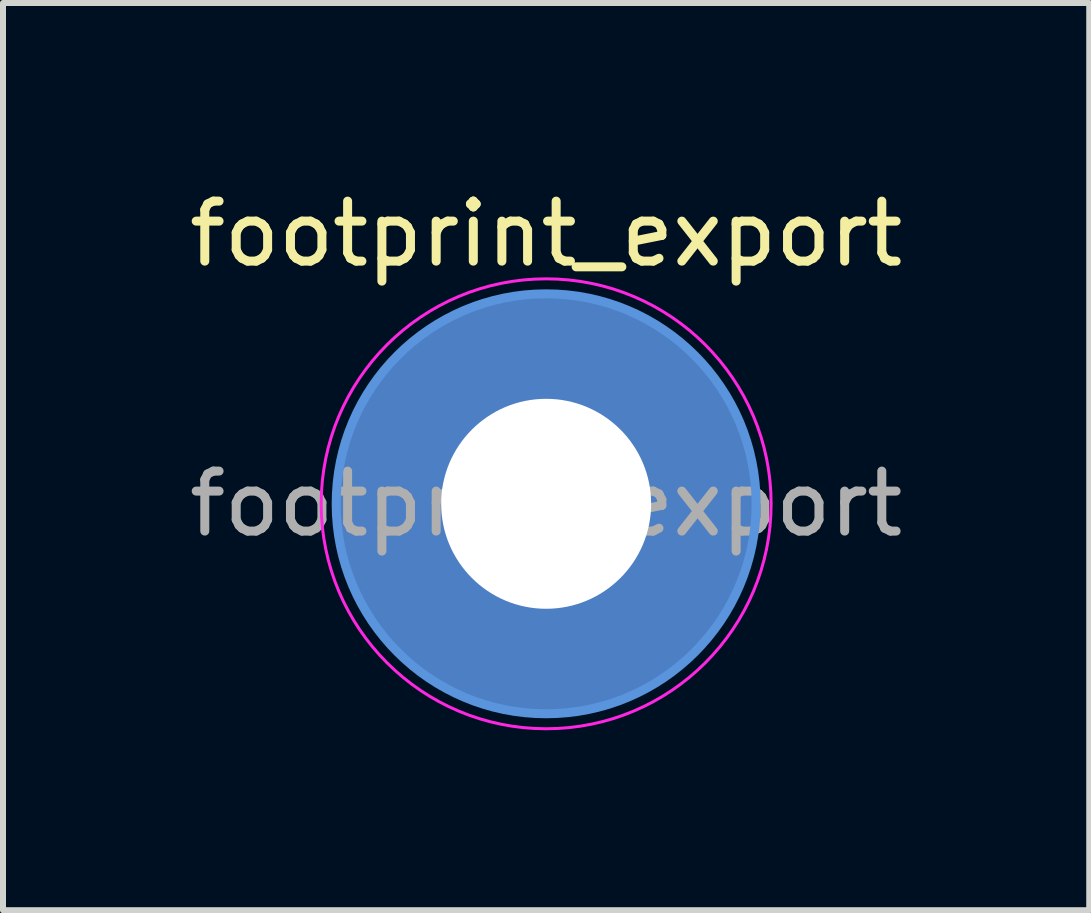
<source format=kicad_pcb>
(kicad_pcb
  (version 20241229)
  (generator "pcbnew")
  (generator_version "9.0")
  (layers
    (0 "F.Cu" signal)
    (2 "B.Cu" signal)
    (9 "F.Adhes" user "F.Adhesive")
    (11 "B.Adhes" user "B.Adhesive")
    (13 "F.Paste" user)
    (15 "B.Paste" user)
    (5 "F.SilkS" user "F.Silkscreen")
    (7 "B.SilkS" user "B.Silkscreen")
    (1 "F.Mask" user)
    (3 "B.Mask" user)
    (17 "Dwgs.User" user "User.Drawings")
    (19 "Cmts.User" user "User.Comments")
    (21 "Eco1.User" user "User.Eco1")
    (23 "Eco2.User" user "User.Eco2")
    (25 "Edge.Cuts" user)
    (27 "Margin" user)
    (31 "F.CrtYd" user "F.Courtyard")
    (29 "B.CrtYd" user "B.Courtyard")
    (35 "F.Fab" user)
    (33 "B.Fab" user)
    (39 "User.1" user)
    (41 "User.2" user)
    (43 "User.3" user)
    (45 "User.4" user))
  (footprint "footprint_export"
    (layer "F.Cu")
    (at 6.054 5.348)
    (property "Reference" "footprint_export" (at 0 -4.5 0) (layer "F.SilkS") (effects (font (size 1 1) (thickness 0.15))))
    (attr exclude_from_pos_files exclude_from_bom)
    (fp_circle (center 0 0) (end 3.5 0) (stroke (width 0.15) (type solid)) (fill no) (layer "Cmts.User"))
    (fp_circle (center 0 0) (end 3.75 0) (stroke (width 0.05) (type solid)) (fill no) (layer "F.CrtYd"))
    (fp_text user "${REFERENCE}" (at 0 0 0) (layer "F.Fab") (effects (font (size 1 1) (thickness 0.15))))
    (pad "1" thru_hole circle (at 0 0) (size 3.9 3.9) (drill 3.5) (layers "*.Cu" "*.Mask"))
    (pad "1" connect circle (at 0 0) (size 7 7) (layers "F.Cu" "F.Mask"))
    (pad "1" connect circle (at 0 0) (size 7 7) (layers "B.Cu" "B.Mask")))
  (gr_rect
    (start -3 -3)
    (end 15.107 12.123)
    (stroke (width 0.1) (type default))
    (fill no)
    (layer "Edge.Cuts")))
</source>
